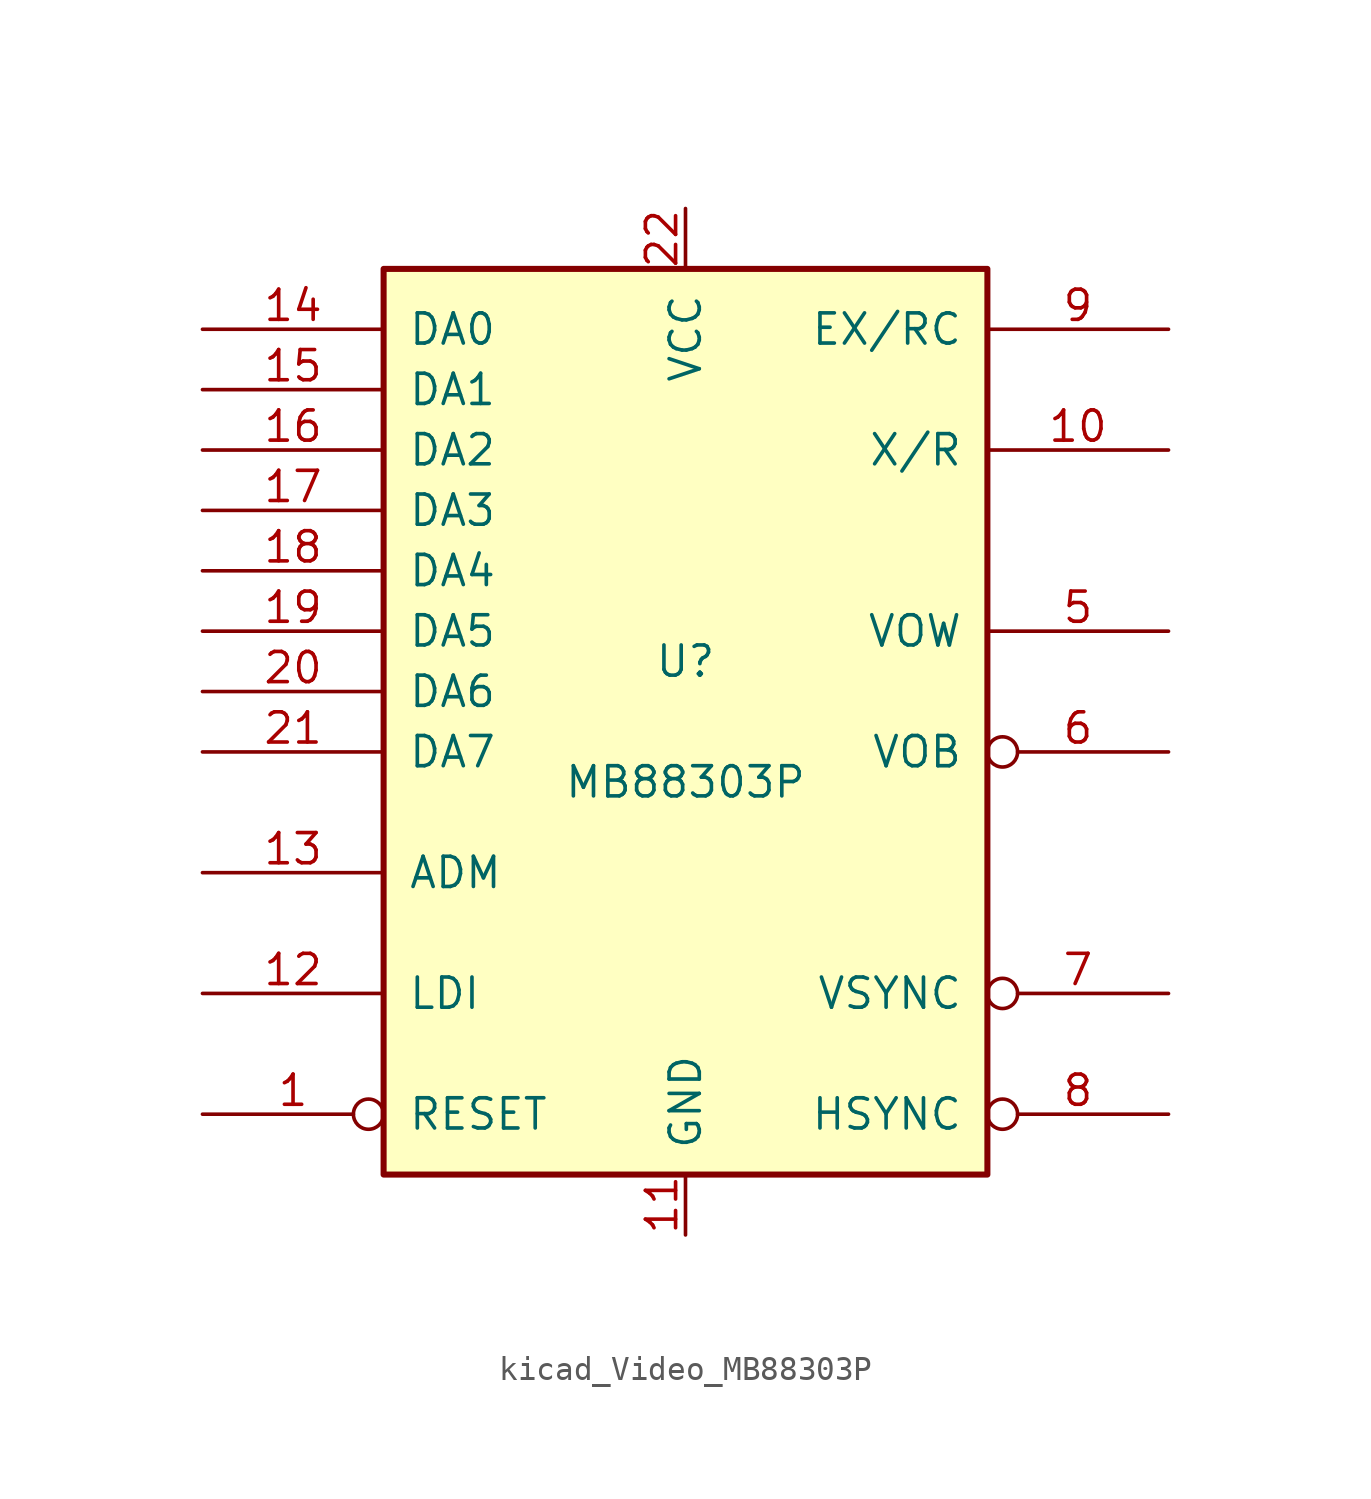
<source format=kicad_sym>
(kicad_symbol_lib
  (version 20220914)
  (generator kicad_symbol_editor)
  (symbol "kicad_Video_MB88303P"
    (pin_names
      (offset 1.016))
    (property "Reference" "U"
      (at 0 2.54 0)
      (effects (font (size 1.27 1.27))))
    (property "Value" "MB88303P"
      (at 0 -2.54 0)
      (effects (font (size 1.27 1.27))))
    (symbol "kicad_Video_MB88303P_0_1"
      (rectangle (start -12.7 -19.05) (end 12.7 19.05) (stroke (width 0.254) (type default)) (fill (type background))))
    (symbol "kicad_Video_MB88303P_1_1"
      (pin input inverted (at -20.32 -16.51 0) (length 7.62) (name "RESET" (effects (font (size 1.27 1.27)))) (number "1" (effects (font (size 1.27 1.27)))))
      (pin output line (at 20.32 11.43 180) (length 7.62) (name "X/R" (effects (font (size 1.27 1.27)))) (number "10" (effects (font (size 1.27 1.27)))))
      (pin power_in line (at 0 -21.59 90) (length 2.54) (name "GND" (effects (font (size 1.27 1.27)))) (number "11" (effects (font (size 1.27 1.27)))))
      (pin input line (at -20.32 -11.43 0) (length 7.62) (name "LDI" (effects (font (size 1.27 1.27)))) (number "12" (effects (font (size 1.27 1.27)))))
      (pin input line (at -20.32 -6.35 0) (length 7.62) (name "ADM" (effects (font (size 1.27 1.27)))) (number "13" (effects (font (size 1.27 1.27)))))
      (pin input line (at -20.32 16.51 0) (length 7.62) (name "DA0" (effects (font (size 1.27 1.27)))) (number "14" (effects (font (size 1.27 1.27)))))
      (pin input line (at -20.32 13.97 0) (length 7.62) (name "DA1" (effects (font (size 1.27 1.27)))) (number "15" (effects (font (size 1.27 1.27)))))
      (pin input line (at -20.32 11.43 0) (length 7.62) (name "DA2" (effects (font (size 1.27 1.27)))) (number "16" (effects (font (size 1.27 1.27)))))
      (pin input line (at -20.32 8.89 0) (length 7.62) (name "DA3" (effects (font (size 1.27 1.27)))) (number "17" (effects (font (size 1.27 1.27)))))
      (pin input line (at -20.32 6.35 0) (length 7.62) (name "DA4" (effects (font (size 1.27 1.27)))) (number "18" (effects (font (size 1.27 1.27)))))
      (pin input line (at -20.32 3.81 0) (length 7.62) (name "DA5" (effects (font (size 1.27 1.27)))) (number "19" (effects (font (size 1.27 1.27)))))
      (pin input line (at -20.32 1.27 0) (length 7.62) (name "DA6" (effects (font (size 1.27 1.27)))) (number "20" (effects (font (size 1.27 1.27)))))
      (pin input line (at -20.32 -1.27 0) (length 7.62) (name "DA7" (effects (font (size 1.27 1.27)))) (number "21" (effects (font (size 1.27 1.27)))))
      (pin power_in line (at 0 21.59 270) (length 2.54) (name "VCC" (effects (font (size 1.27 1.27)))) (number "22" (effects (font (size 1.27 1.27)))))
      (pin output line (at 20.32 3.81 180) (length 7.62) (name "VOW" (effects (font (size 1.27 1.27)))) (number "5" (effects (font (size 1.27 1.27)))))
      (pin output inverted (at 20.32 -1.27 180) (length 7.62) (name "VOB" (effects (font (size 1.27 1.27)))) (number "6" (effects (font (size 1.27 1.27)))))
      (pin input inverted (at 20.32 -11.43 180) (length 7.62) (name "VSYNC" (effects (font (size 1.27 1.27)))) (number "7" (effects (font (size 1.27 1.27)))))
      (pin input inverted (at 20.32 -16.51 180) (length 7.62) (name "HSYNC" (effects (font (size 1.27 1.27)))) (number "8" (effects (font (size 1.27 1.27)))))
      (pin input line (at 20.32 16.51 180) (length 7.62) (name "EX/RC" (effects (font (size 1.27 1.27)))) (number "9" (effects (font (size 1.27 1.27))))))))
</source>
